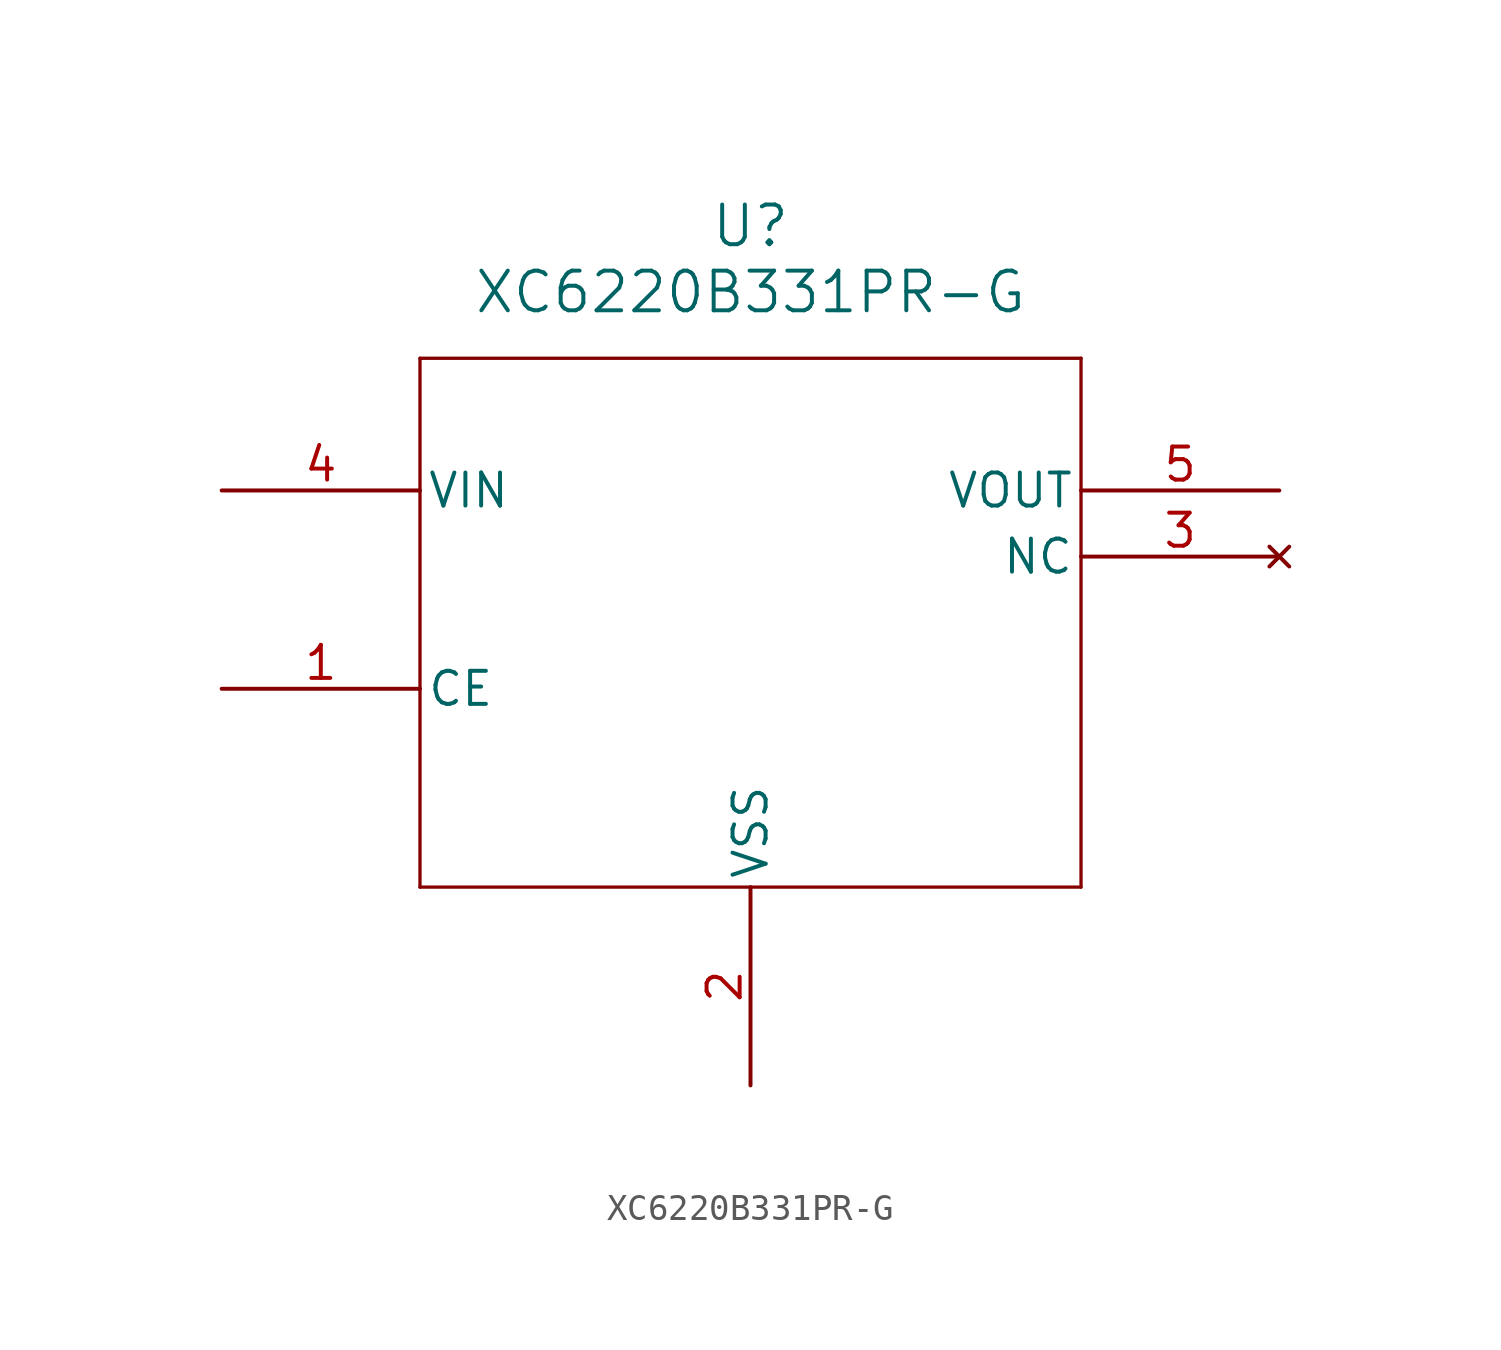
<source format=kicad_sym>
(kicad_symbol_lib
  (version 20211014)
  (generator kicad_symbol_editor)
  (symbol "XC6220B331PR-G"
    (pin_names
      (offset 0.254))
    (property "Reference" "U"
      (at 20.32 10.16 0)
      (effects (font (size 1.524 1.524))))
    (property "Value" "XC6220B331PR-G"
      (at 20.32 7.62 0)
      (effects (font (size 1.524 1.524))))
    (symbol "XC6220B331PR-G_0_1"
      (polyline (pts (xy 7.62 5.08) (xy 7.62 -15.24)) (stroke (width 0.127) (type default) (color 0 0 0 0)) (fill (type none)))
      (polyline (pts (xy 7.62 -15.24) (xy 33.02 -15.24)) (stroke (width 0.127) (type default) (color 0 0 0 0)) (fill (type none)))
      (polyline (pts (xy 33.02 -15.24) (xy 33.02 5.08)) (stroke (width 0.127) (type default) (color 0 0 0 0)) (fill (type none)))
      (polyline (pts (xy 33.02 5.08) (xy 7.62 5.08)) (stroke (width 0.127) (type default) (color 0 0 0 0)) (fill (type none)))
      (pin unspecified line (at 0 -7.62 0) (length 7.62) (name "CE" (effects (font (size 1.27 1.27)))) (number "1" (effects (font (size 1.27 1.27)))))
      (pin power_out line (at 20.32 -22.86 90) (length 7.62) (name "VSS" (effects (font (size 1.27 1.27)))) (number "2" (effects (font (size 1.27 1.27)))))
      (pin no_connect line (at 40.64 -2.54 180) (length 7.62) (name "NC" (effects (font (size 1.27 1.27)))) (number "3" (effects (font (size 1.27 1.27)))))
      (pin power_in line (at 0 0 0) (length 7.62) (name "VIN" (effects (font (size 1.27 1.27)))) (number "4" (effects (font (size 1.27 1.27)))))
      (pin output line (at 40.64 0 180) (length 7.62) (name "VOUT" (effects (font (size 1.27 1.27)))) (number "5" (effects (font (size 1.27 1.27))))))))
</source>
